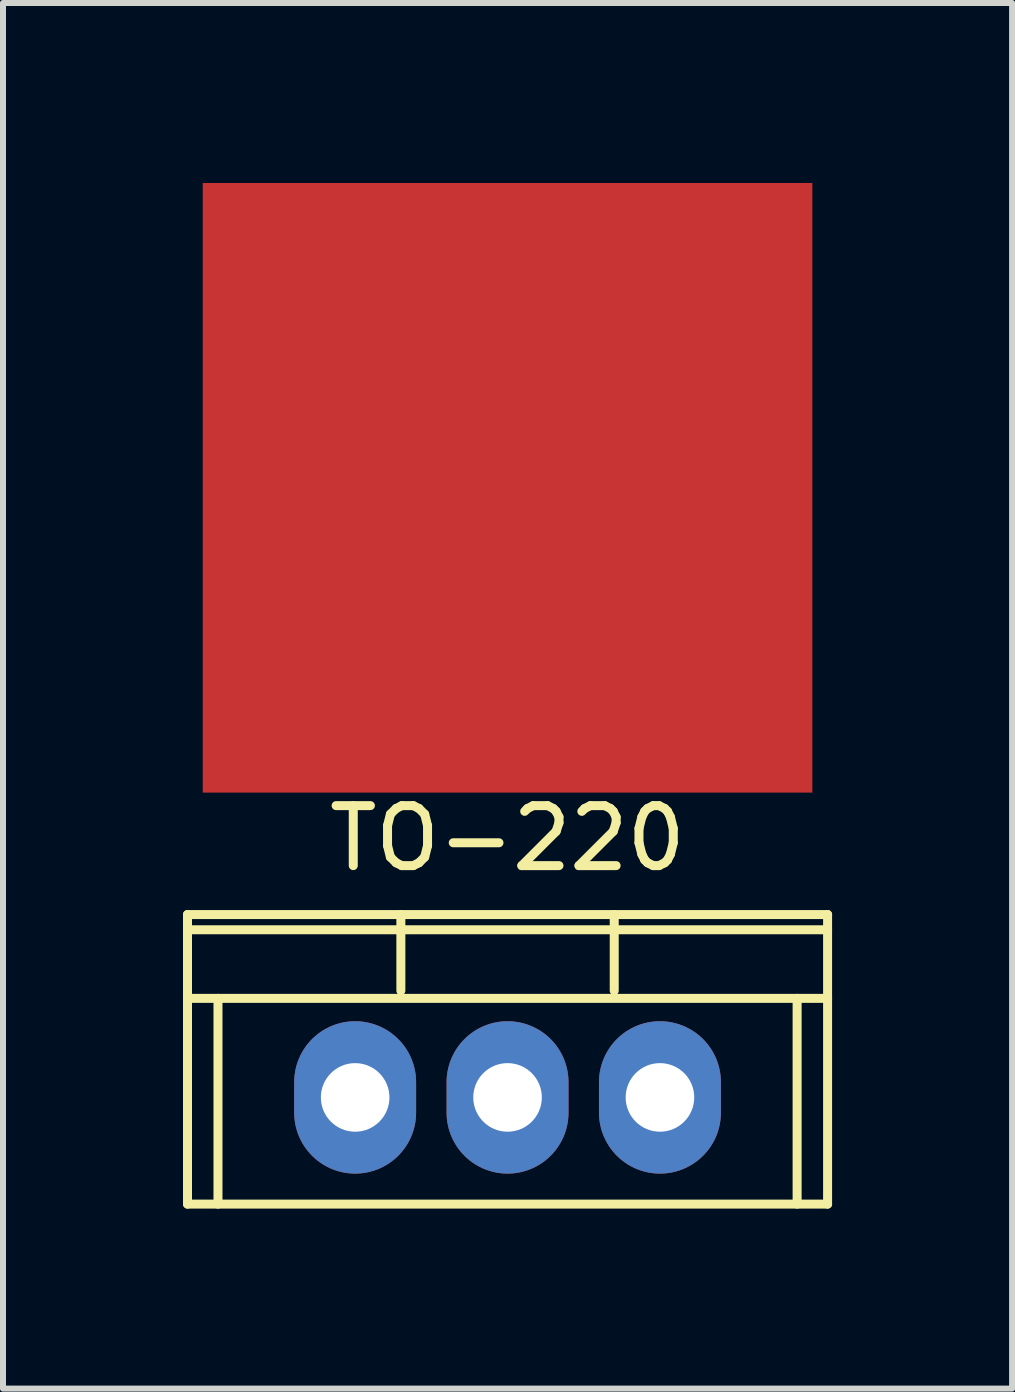
<source format=kicad_pcb>
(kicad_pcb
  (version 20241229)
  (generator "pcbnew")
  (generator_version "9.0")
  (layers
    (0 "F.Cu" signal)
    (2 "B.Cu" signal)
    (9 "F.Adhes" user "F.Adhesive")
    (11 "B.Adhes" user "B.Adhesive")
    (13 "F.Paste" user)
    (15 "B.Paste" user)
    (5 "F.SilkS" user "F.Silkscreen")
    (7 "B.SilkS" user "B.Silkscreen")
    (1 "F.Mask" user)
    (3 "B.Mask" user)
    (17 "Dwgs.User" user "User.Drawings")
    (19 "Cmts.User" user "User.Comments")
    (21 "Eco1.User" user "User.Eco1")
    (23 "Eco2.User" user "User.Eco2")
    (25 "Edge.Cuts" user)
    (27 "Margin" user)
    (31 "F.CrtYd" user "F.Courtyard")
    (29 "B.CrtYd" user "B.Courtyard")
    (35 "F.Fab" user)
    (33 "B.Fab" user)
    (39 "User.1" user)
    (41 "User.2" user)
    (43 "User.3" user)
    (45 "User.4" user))
  (footprint "TO-220"
    (layer "F.Cu")
    (at 5.409 15.24)
    (property "Reference" "TO-220" (at 0 -4.318 0) (layer "F.SilkS") (effects (font (size 1 1) (thickness 0.15))))
    (attr through_hole)
    (fp_line (start -5.334 -3.048) (end -5.334 1.778) (stroke (width 0.15) (type solid)) (layer "F.SilkS"))
    (fp_line (start -5.334 -1.651) (end 5.334 -1.651) (stroke (width 0.15) (type solid)) (layer "F.SilkS"))
    (fp_line (start -4.826 -1.651) (end -4.826 1.778) (stroke (width 0.15) (type solid)) (layer "F.SilkS"))
    (fp_line (start -1.778 -1.778) (end -1.778 -3.048) (stroke (width 0.15) (type solid)) (layer "F.SilkS"))
    (fp_line (start 1.778 -1.778) (end 1.778 -3.048) (stroke (width 0.15) (type solid)) (layer "F.SilkS"))
    (fp_line (start 4.826 -1.651) (end 4.826 1.778) (stroke (width 0.15) (type solid)) (layer "F.SilkS"))
    (fp_line (start 5.334 -3.048) (end -5.334 -3.048) (stroke (width 0.15) (type solid)) (layer "F.SilkS"))
    (fp_line (start 5.334 -3.048) (end 5.334 1.778) (stroke (width 0.15) (type solid)) (layer "F.SilkS"))
    (fp_line (start 5.334 -2.794) (end -5.334 -2.794) (stroke (width 0.15) (type solid)) (layer "F.SilkS"))
    (fp_line (start 5.334 1.778) (end -5.334 1.778) (stroke (width 0.15) (type solid)) (layer "F.SilkS"))
    (pad "1" thru_hole oval (at -2.54 0) (size 2.032 2.54) (drill 1.143) (layers "*.Cu" "*.Mask"))
    (pad "1" smd rect (at 0 -10.16) (size 10.16 10.16) (layers "F.Cu" "F.Mask" "F.Paste"))
    (pad "2" thru_hole oval (at 0 0) (size 2.032 2.54) (drill 1.143) (layers "*.Cu" "*.Mask"))
    (pad "3" thru_hole oval (at 2.54 0) (size 2.032 2.54) (drill 1.143) (layers "*.Cu" "*.Mask")))
  (gr_rect
    (start -3 -3)
    (end 13.818 20.093)
    (stroke (width 0.1) (type default))
    (fill no)
    (layer "Edge.Cuts")))
</source>
